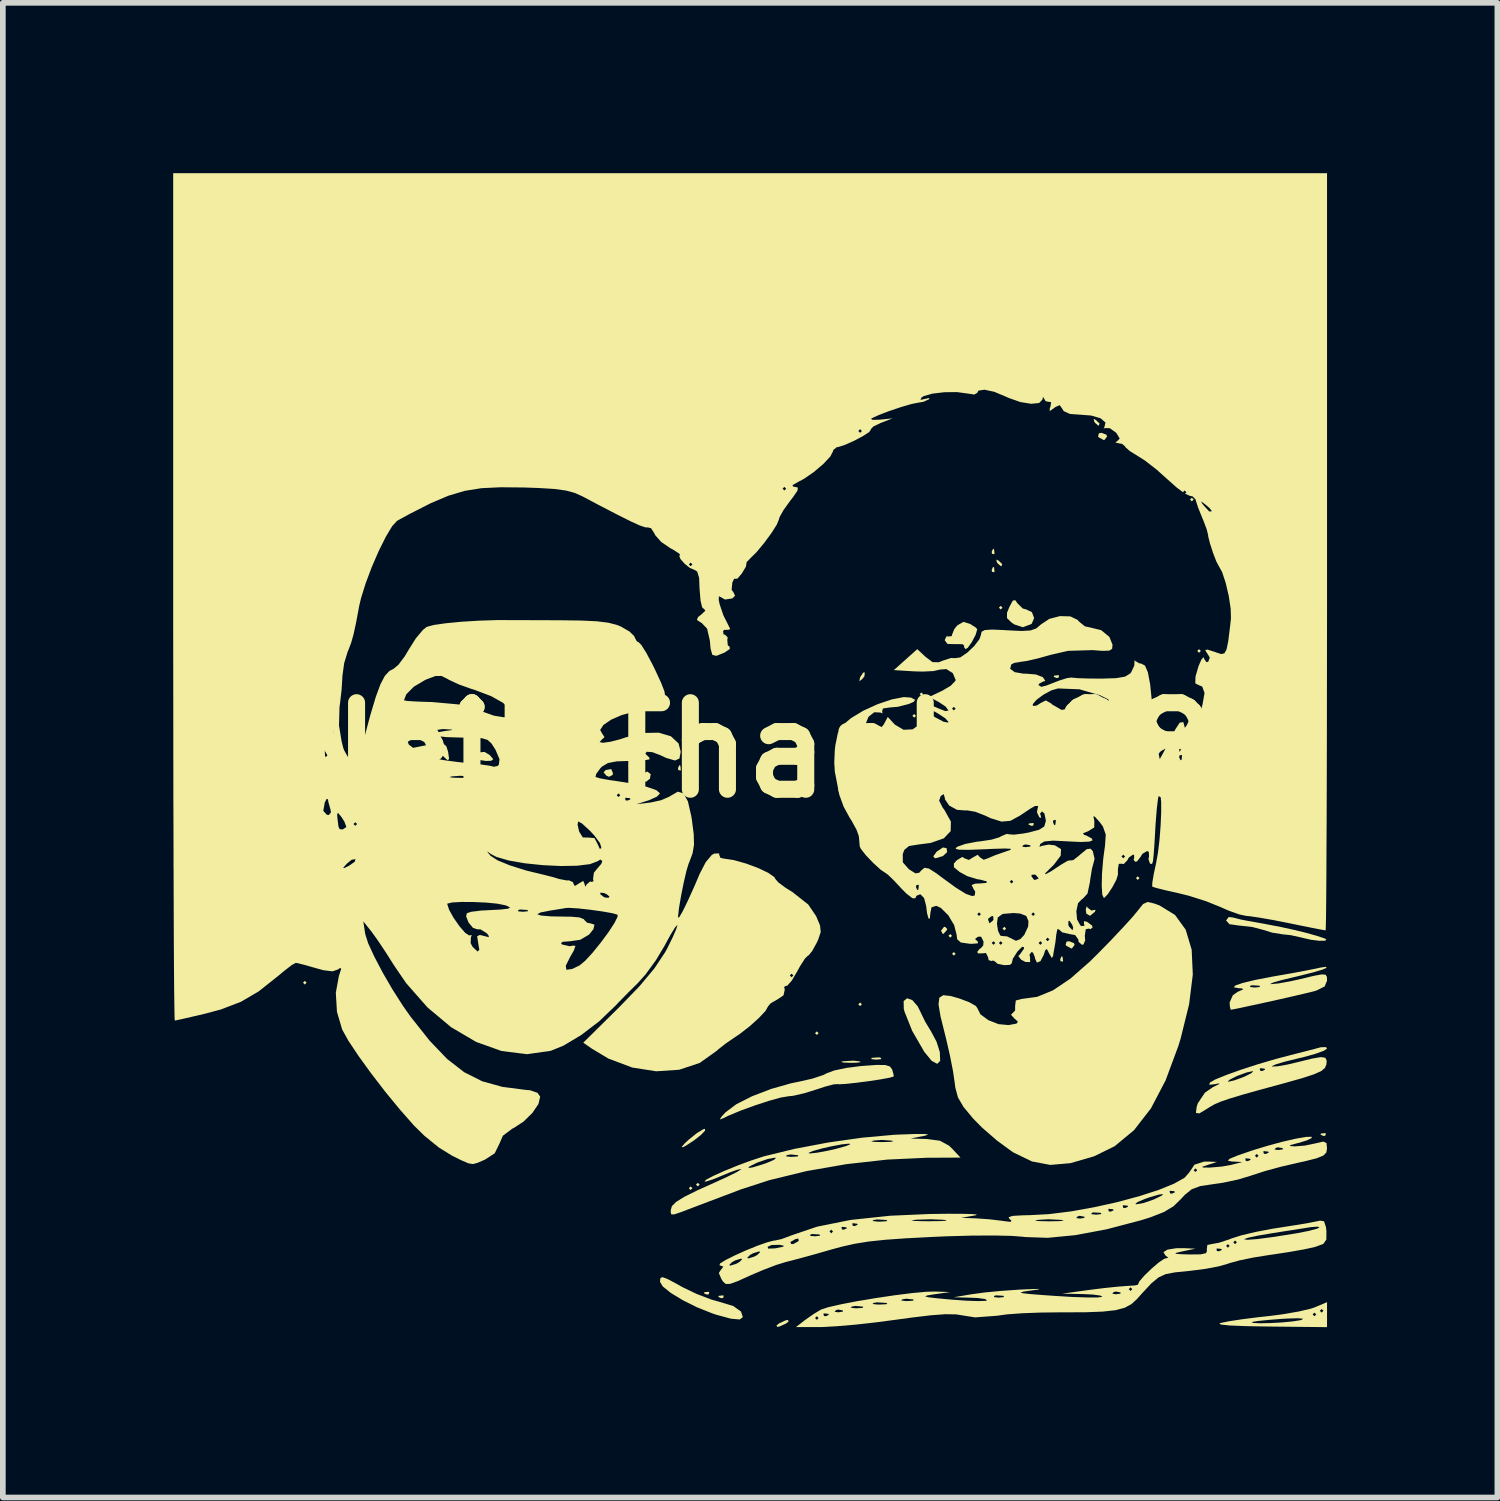
<source format=kicad_pcb>
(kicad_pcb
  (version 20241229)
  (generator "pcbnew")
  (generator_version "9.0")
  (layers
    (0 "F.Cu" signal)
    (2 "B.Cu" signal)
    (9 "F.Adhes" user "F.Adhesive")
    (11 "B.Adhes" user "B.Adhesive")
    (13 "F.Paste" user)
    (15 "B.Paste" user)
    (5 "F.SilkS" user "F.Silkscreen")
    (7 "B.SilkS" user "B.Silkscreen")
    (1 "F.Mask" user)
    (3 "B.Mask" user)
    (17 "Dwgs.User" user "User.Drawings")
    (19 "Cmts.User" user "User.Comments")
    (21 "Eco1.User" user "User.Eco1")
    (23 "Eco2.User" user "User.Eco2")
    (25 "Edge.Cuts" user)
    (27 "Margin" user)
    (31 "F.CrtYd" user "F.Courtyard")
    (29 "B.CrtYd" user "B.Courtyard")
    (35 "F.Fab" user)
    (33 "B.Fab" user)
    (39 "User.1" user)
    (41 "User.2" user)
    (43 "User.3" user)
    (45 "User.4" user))
  (footprint "Neil_Thanh_08"
    (layer "F.Cu")
    (at 10.16 10.16)
    (property "Reference" "Neil_Thanh_08" (at 0 0 0) (layer "F.SilkS") (effects (font (size 1.524 1.524) (thickness 0.3))))
    (attr board_only exclude_from_pos_files exclude_from_bom)
    (fp_poly (pts (xy -7.811 4.096) (xy -7.842 4.128) (xy -7.874 4.096) (xy -7.842 4.064)) (stroke (width 0) (type solid)) (fill yes) (layer "F.SilkS"))
    (fp_poly (pts (xy -5.652 -0.222) (xy -5.683 -0.191) (xy -5.715 -0.222) (xy -5.683 -0.254)) (stroke (width 0) (type solid)) (fill yes) (layer "F.SilkS"))
    (fp_poly (pts (xy -1.016 7.715) (xy -1.048 7.747) (xy -1.079 7.715) (xy -1.048 7.684)) (stroke (width 0) (type solid)) (fill yes) (layer "F.SilkS"))
    (fp_poly (pts (xy -0.889 7.652) (xy -0.921 7.684) (xy -0.953 7.652) (xy -0.921 7.62)) (stroke (width 0) (type solid)) (fill yes) (layer "F.SilkS"))
    (fp_poly (pts (xy 1.206 4.985) (xy 1.175 5.016) (xy 1.143 4.985) (xy 1.175 4.953)) (stroke (width 0) (type solid)) (fill yes) (layer "F.SilkS"))
    (fp_poly (pts (xy 1.968 4.477) (xy 1.937 4.508) (xy 1.905 4.477) (xy 1.937 4.445)) (stroke (width 0) (type solid)) (fill yes) (layer "F.SilkS"))
    (fp_poly (pts (xy 2.921 -0.603) (xy 2.889 -0.572) (xy 2.857 -0.603) (xy 2.889 -0.635)) (stroke (width 0) (type solid)) (fill yes) (layer "F.SilkS"))
    (fp_poly (pts (xy 3.048 -0.984) (xy 3.016 -0.953) (xy 2.985 -0.984) (xy 3.016 -1.016)) (stroke (width 0) (type solid)) (fill yes) (layer "F.SilkS"))
    (fp_poly (pts (xy 3.556 3.27) (xy 3.524 3.302) (xy 3.493 3.27) (xy 3.524 3.239)) (stroke (width 0) (type solid)) (fill yes) (layer "F.SilkS"))
    (fp_poly (pts (xy 3.619 3.588) (xy 3.588 3.619) (xy 3.556 3.588) (xy 3.588 3.556)) (stroke (width 0) (type solid)) (fill yes) (layer "F.SilkS"))
    (fp_poly (pts (xy 4.445 -2.508) (xy 4.413 -2.477) (xy 4.381 -2.508) (xy 4.413 -2.54)) (stroke (width 0) (type solid)) (fill yes) (layer "F.SilkS"))
    (fp_poly (pts (xy 4.508 3.143) (xy 4.477 3.175) (xy 4.445 3.143) (xy 4.477 3.111)) (stroke (width 0) (type solid)) (fill yes) (layer "F.SilkS"))
    (fp_poly (pts (xy 6.858 2.254) (xy 6.826 2.286) (xy 6.795 2.254) (xy 6.826 2.223)) (stroke (width 0) (type solid)) (fill yes) (layer "F.SilkS"))
    (fp_poly (pts (xy 7.811 -4.413) (xy 7.779 -4.381) (xy 7.747 -4.413) (xy 7.779 -4.445)) (stroke (width 0) (type solid)) (fill yes) (layer "F.SilkS"))
    (fp_poly (pts (xy 7.938 -1.746) (xy 7.906 -1.714) (xy 7.874 -1.746) (xy 7.906 -1.778)) (stroke (width 0) (type solid)) (fill yes) (layer "F.SilkS"))
    (fp_poly (pts (xy -1.228 0.275) (xy -1.22 0.351) (xy -1.228 0.36) (xy -1.265 0.351) (xy -1.27 0.318) (xy -1.247 0.265)) (stroke (width 0) (type solid)) (fill yes) (layer "F.SilkS"))
    (fp_poly (pts (xy -0.72 9.546) (xy -0.728 9.584) (xy -0.762 9.588) (xy -0.814 9.565) (xy -0.804 9.546) (xy -0.729 9.539)) (stroke (width 0) (type solid)) (fill yes) (layer "F.SilkS"))
    (fp_poly (pts (xy -0.466 9.61) (xy -0.474 9.647) (xy -0.508 9.652) (xy -0.56 9.629) (xy -0.55 9.61) (xy -0.475 9.602)) (stroke (width 0) (type solid)) (fill yes) (layer "F.SilkS"))
    (fp_poly (pts (xy 2.302 5.419) (xy 2.31 5.442) (xy 2.223 5.451) (xy 2.132 5.441) (xy 2.143 5.419) (xy 2.273 5.411)) (stroke (width 0) (type solid)) (fill yes) (layer "F.SilkS"))
    (fp_poly (pts (xy 4.297 -3.535) (xy 4.304 -3.459) (xy 4.297 -3.45) (xy 4.259 -3.459) (xy 4.255 -3.493) (xy 4.278 -3.545)) (stroke (width 0) (type solid)) (fill yes) (layer "F.SilkS"))
    (fp_poly (pts (xy 4.297 -3.217) (xy 4.304 -3.142) (xy 4.297 -3.133) (xy 4.259 -3.141) (xy 4.255 -3.175) (xy 4.278 -3.227)) (stroke (width 0) (type solid)) (fill yes) (layer "F.SilkS"))
    (fp_poly (pts (xy 4.995 1.291) (xy 4.987 1.329) (xy 4.953 1.333) (xy 4.901 1.31) (xy 4.911 1.291) (xy 4.986 1.284)) (stroke (width 0) (type solid)) (fill yes) (layer "F.SilkS"))
    (fp_poly (pts (xy 5.44 -1.312) (xy 5.431 -1.275) (xy 5.397 -1.27) (xy 5.345 -1.293) (xy 5.355 -1.312) (xy 5.431 -1.32)) (stroke (width 0) (type solid)) (fill yes) (layer "F.SilkS"))
    (fp_poly (pts (xy 5.503 3.641) (xy 5.511 3.716) (xy 5.503 3.725) (xy 5.466 3.717) (xy 5.461 3.683) (xy 5.484 3.631)) (stroke (width 0) (type solid)) (fill yes) (layer "F.SilkS"))
    (fp_poly (pts (xy 10.139 6.752) (xy 10.13 6.79) (xy 10.097 6.795) (xy 10.044 6.771) (xy 10.054 6.752) (xy 10.13 6.745)) (stroke (width 0) (type solid)) (fill yes) (layer "F.SilkS"))
    (fp_poly (pts (xy -2.415 0.408) (xy -2.422 0.438) (xy -2.485 0.47) (xy -2.531 0.45) (xy -2.581 0.391) (xy -2.543 0.351) (xy -2.446 0.334)) (stroke (width 0) (type solid)) (fill yes) (layer "F.SilkS"))
    (fp_poly (pts (xy -2.105 0.28) (xy -2.038 0.339) (xy -2.032 0.353) (xy -2.062 0.379) (xy -2.125 0.321) (xy -2.133 0.308) (xy -2.141 0.264)) (stroke (width 0) (type solid)) (fill yes) (layer "F.SilkS"))
    (fp_poly (pts (xy -1.751 0.422) (xy -1.764 0.503) (xy -1.832 0.558) (xy -1.895 0.539) (xy -1.895 0.48) (xy -1.845 0.391) (xy -1.81 0.378)) (stroke (width 0) (type solid)) (fill yes) (layer "F.SilkS"))
    (fp_poly (pts (xy 2.013 -1.3) (xy 1.976 -1.253) (xy 1.923 -1.213) (xy 1.936 -1.277) (xy 1.941 -1.289) (xy 1.991 -1.366) (xy 2.02 -1.367)) (stroke (width 0) (type solid)) (fill yes) (layer "F.SilkS"))
    (fp_poly (pts (xy 4.372 -3.34) (xy 4.44 -3.276) (xy 4.426 -3.239) (xy 4.417 -3.239) (xy 4.363 -3.284) (xy 4.344 -3.312) (xy 4.336 -3.355)) (stroke (width 0) (type solid)) (fill yes) (layer "F.SilkS"))
    (fp_poly (pts (xy 6.086 -5.816) (xy 6.154 -5.752) (xy 6.14 -5.716) (xy 6.131 -5.715) (xy 6.078 -5.76) (xy 6.058 -5.788) (xy 6.051 -5.832)) (stroke (width 0) (type solid)) (fill yes) (layer "F.SilkS"))
    (fp_poly (pts (xy -5.349 -0.066) (xy -5.318 0.032) (xy -5.301 0.16) (xy -5.332 0.175) (xy -5.425 0.09) (xy -5.491 -0.012) (xy -5.49 -0.069) (xy -5.415 -0.126)) (stroke (width 0) (type solid)) (fill yes) (layer "F.SilkS"))
    (fp_poly (pts (xy -4.584 0.088) (xy -4.523 0.161) (xy -4.561 0.188) (xy -4.654 0.191) (xy -4.779 0.172) (xy -4.826 0.131) (xy -4.781 0.042) (xy -4.678 0.031)) (stroke (width 0) (type solid)) (fill yes) (layer "F.SilkS"))
    (fp_poly (pts (xy 0.678 10.061) (xy 0.635 10.097) (xy 0.519 10.15) (xy 0.476 10.158) (xy 0.465 10.132) (xy 0.508 10.097) (xy 0.624 10.043) (xy 0.667 10.035)) (stroke (width 0) (type solid)) (fill yes) (layer "F.SilkS"))
    (fp_poly (pts (xy 1.921 5.48) (xy 1.951 5.495) (xy 1.871 5.505) (xy 1.778 5.507) (xy 1.641 5.502) (xy 1.603 5.49) (xy 1.635 5.48) (xy 1.82 5.469)) (stroke (width 0) (type solid)) (fill yes) (layer "F.SilkS"))
    (fp_poly (pts (xy 3.46 1.727) (xy 3.47 1.796) (xy 3.395 1.866) (xy 3.272 1.903) (xy 3.254 1.904) (xy 3.225 1.871) (xy 3.286 1.788) (xy 3.396 1.714)) (stroke (width 0) (type solid)) (fill yes) (layer "F.SilkS"))
    (fp_poly (pts (xy 3.471 3.15) (xy 3.461 3.175) (xy 3.404 3.236) (xy 3.394 3.239) (xy 3.366 3.189) (xy 3.365 3.175) (xy 3.414 3.114) (xy 3.433 3.111)) (stroke (width 0) (type solid)) (fill yes) (layer "F.SilkS"))
    (fp_poly (pts (xy 5.703 3.399) (xy 5.715 3.429) (xy 5.669 3.491) (xy 5.655 3.493) (xy 5.569 3.446) (xy 5.556 3.429) (xy 5.571 3.375) (xy 5.616 3.365)) (stroke (width 0) (type solid)) (fill yes) (layer "F.SilkS"))
    (fp_poly (pts (xy 6.274 -5.555) (xy 6.287 -5.524) (xy 6.241 -5.463) (xy 6.227 -5.461) (xy 6.141 -5.507) (xy 6.128 -5.524) (xy 6.142 -5.579) (xy 6.188 -5.588)) (stroke (width 0) (type solid)) (fill yes) (layer "F.SilkS"))
    (fp_poly (pts (xy 5.948 2.779) (xy 6.015 2.827) (xy 6.048 2.816) (xy 6.085 2.814) (xy 6.07 2.848) (xy 5.987 2.918) (xy 5.922 2.881) (xy 5.911 2.81) (xy 5.927 2.749)) (stroke (width 0) (type solid)) (fill yes) (layer "F.SilkS"))
    (fp_poly (pts (xy -0.793 6.701) (xy -0.866 6.777) (xy -0.988 6.873) (xy -1.127 6.964) (xy -1.175 6.99) (xy -1.208 6.992) (xy -1.154 6.928) (xy -1.082 6.861) (xy -0.937 6.745) (xy -0.825 6.677) (xy -0.796 6.669)) (stroke (width 0) (type solid)) (fill yes) (layer "F.SilkS"))
    (fp_poly (pts (xy 4.707 -2.586) (xy 4.801 -2.494) (xy 4.863 -2.477) (xy 4.963 -2.429) (xy 5.002 -2.325) (xy 4.96 -2.227) (xy 4.946 -2.217) (xy 4.801 -2.164) (xy 4.654 -2.213) (xy 4.603 -2.247) (xy 4.524 -2.325) (xy 4.524 -2.418) (xy 4.564 -2.516) (xy 4.625 -2.632) (xy 4.669 -2.641)) (stroke (width 0) (type solid)) (fill yes) (layer "F.SilkS"))
    (fp_poly (pts (xy 2.856 4.402) (xy 2.952 4.513) (xy 2.989 4.588) (xy 3.084 4.784) (xy 3.186 4.953) (xy 3.283 5.135) (xy 3.341 5.318) (xy 3.347 5.473) (xy 3.295 5.525) (xy 3.198 5.473) (xy 3.071 5.318) (xy 3.07 5.318) (xy 2.855 4.946) (xy 2.721 4.611) (xy 2.706 4.556) (xy 2.704 4.42) (xy 2.764 4.37)) (stroke (width 0) (type solid)) (fill yes) (layer "F.SilkS"))
    (fp_poly (pts (xy -1.461 9.311) (xy -1.3 9.396) (xy -1.19 9.458) (xy -0.941 9.578) (xy -0.674 9.679) (xy -0.541 9.716) (xy -0.295 9.791) (xy -0.161 9.887) (xy -0.128 9.985) (xy -0.182 10.027) (xy -0.339 10.013) (xy -0.59 9.945) (xy -0.668 9.919) (xy -0.934 9.813) (xy -1.185 9.688) (xy -1.396 9.56) (xy -1.538 9.445) (xy -1.587 9.364) (xy -1.581 9.3) (xy -1.547 9.281)) (stroke (width 0) (type solid)) (fill yes) (layer "F.SilkS"))
    (fp_poly (pts (xy 3.872 -2.223) (xy 3.972 -2.16) (xy 4 -2.128) (xy 3.971 -2.029) (xy 3.905 -1.903) (xy 3.833 -1.803) (xy 3.796 -1.778) (xy 3.765 -1.816) (xy 3.773 -1.833) (xy 3.744 -1.865) (xy 3.627 -1.867) (xy 3.618 -1.866) (xy 3.476 -1.87) (xy 3.429 -1.932) (xy 3.429 -1.942) (xy 3.46 -2.006) (xy 3.493 -2) (xy 3.551 -2.008) (xy 3.556 -2.033) (xy 3.597 -2.133) (xy 3.65 -2.198) (xy 3.757 -2.258)) (stroke (width 0) (type solid)) (fill yes) (layer "F.SilkS"))
    (fp_poly (pts (xy 8.493 2.946) (xy 8.645 2.984) (xy 8.763 3.007) (xy 9.096 3.067) (xy 9.346 3.115) (xy 9.558 3.161) (xy 9.773 3.213) (xy 9.773 3.213) (xy 9.967 3.267) (xy 10.106 3.312) (xy 10.148 3.333) (xy 10.129 3.356) (xy 10.025 3.358) (xy 9.878 3.34) (xy 9.729 3.306) (xy 9.716 3.302) (xy 9.521 3.259) (xy 9.386 3.245) (xy 9.196 3.215) (xy 9.037 3.166) (xy 8.847 3.116) (xy 8.631 3.091) (xy 8.62 3.091) (xy 8.442 3.066) (xy 8.382 3) (xy 8.382 3) (xy 8.428 2.94)) (stroke (width 0) (type solid)) (fill yes) (layer "F.SilkS"))
    (fp_poly (pts (xy 2.38 5.546) (xy 2.462 5.571) (xy 2.501 5.623) (xy 2.502 5.627) (xy 2.529 5.725) (xy 2.526 5.749) (xy 2.453 5.77) (xy 2.295 5.799) (xy 2.089 5.83) (xy 1.874 5.858) (xy 1.687 5.878) (xy 1.567 5.885) (xy 1.543 5.882) (xy 1.473 5.886) (xy 1.321 5.926) (xy 1.172 5.975) (xy 0.953 6.043) (xy 0.761 6.087) (xy 0.676 6.096) (xy 0.542 6.118) (xy 0.33 6.177) (xy 0.079 6.259) (xy -0.173 6.351) (xy -0.386 6.44) (xy -0.476 6.484) (xy -0.535 6.506) (xy -0.502 6.453) (xy -0.431 6.377) (xy -0.243 6.236) (xy 0.036 6.095) (xy 0.37 5.967) (xy 0.723 5.867) (xy 0.878 5.835) (xy 1.098 5.785) (xy 1.285 5.723) (xy 1.354 5.689) (xy 1.484 5.641) (xy 1.696 5.597) (xy 1.949 5.564) (xy 1.977 5.562) (xy 2.227 5.544)) (stroke (width 0) (type solid)) (fill yes) (layer "F.SilkS"))
    (fp_poly (pts (xy 10.16 10.162) (xy 9.128 10.151) (xy 8.729 10.144) (xy 8.451 10.133) (xy 8.294 10.117) (xy 8.262 10.097) (xy 8.287 10.088) (xy 8.357 10.074) (xy 8.832 10.074) (xy 8.864 10.089) (xy 8.988 10.094) (xy 9.167 10.09) (xy 9.368 10.079) (xy 9.554 10.061) (xy 9.69 10.04) (xy 9.716 10.033) (xy 9.736 10.013) (xy 9.645 10.005) (xy 9.457 10.011) (xy 9.366 10.016) (xy 9.126 10.035) (xy 8.94 10.054) (xy 8.84 10.07) (xy 8.832 10.074) (xy 8.357 10.074) (xy 8.433 10.058) (xy 8.666 10.023) (xy 8.948 9.987) (xy 9.097 9.971) (xy 9.359 9.938) (xy 9.906 9.938) (xy 9.938 9.97) (xy 9.97 9.938) (xy 9.938 9.906) (xy 9.906 9.938) (xy 9.359 9.938) (xy 9.392 9.933) (xy 9.665 9.886) (xy 9.715 9.874) (xy 10.033 9.874) (xy 10.065 9.906) (xy 10.097 9.874) (xy 10.065 9.842) (xy 10.033 9.874) (xy 9.715 9.874) (xy 9.873 9.837) (xy 9.938 9.815) (xy 10.16 9.722)) (stroke (width 0) (type solid)) (fill yes) (layer "F.SilkS"))
    (fp_poly (pts (xy 10.153 3.834) (xy 10.078 3.866) (xy 9.909 3.916) (xy 9.678 3.974) (xy 9.582 3.997) (xy 9.361 4.05) (xy 9.214 4.092) (xy 9.161 4.117) (xy 9.176 4.121) (xy 9.304 4.109) (xy 9.506 4.073) (xy 9.684 4.034) (xy 9.923 3.976) (xy 10.065 3.95) (xy 10.135 3.955) (xy 10.158 3.994) (xy 10.16 4.062) (xy 10.118 4.162) (xy 9.976 4.233) (xy 9.922 4.249) (xy 9.786 4.282) (xy 9.577 4.331) (xy 9.323 4.389) (xy 9.057 4.448) (xy 8.808 4.502) (xy 8.608 4.545) (xy 8.486 4.569) (xy 8.464 4.572) (xy 8.449 4.518) (xy 8.445 4.443) (xy 8.501 4.317) (xy 8.588 4.256) (xy 8.684 4.214) (xy 8.664 4.197) (xy 8.604 4.193) (xy 8.518 4.177) (xy 8.522 4.172) (xy 8.803 4.172) (xy 8.89 4.181) (xy 8.98 4.171) (xy 8.969 4.149) (xy 8.839 4.141) (xy 8.811 4.149) (xy 8.803 4.172) (xy 8.522 4.172) (xy 8.546 4.145) (xy 8.677 4.1) (xy 8.901 4.046) (xy 9.204 3.988) (xy 9.271 3.976) (xy 9.552 3.927) (xy 9.801 3.88) (xy 9.981 3.844) (xy 10.033 3.832) (xy 10.136 3.816)) (stroke (width 0) (type solid)) (fill yes) (layer "F.SilkS"))
    (fp_poly (pts (xy 7.119 2.702) (xy 7.211 2.736) (xy 7.483 2.903) (xy 7.671 3.163) (xy 7.776 3.514) (xy 7.796 3.952) (xy 7.731 4.476) (xy 7.581 5.083) (xy 7.543 5.207) (xy 7.317 5.816) (xy 7.059 6.309) (xy 6.761 6.693) (xy 6.419 6.976) (xy 6.058 7.153) (xy 5.642 7.274) (xy 5.287 7.305) (xy 4.964 7.244) (xy 4.643 7.089) (xy 4.598 7.06) (xy 4.345 6.874) (xy 4.084 6.647) (xy 3.927 6.488) (xy 3.758 6.284) (xy 3.661 6.118) (xy 3.614 5.945) (xy 3.603 5.858) (xy 3.573 5.653) (xy 3.519 5.378) (xy 3.451 5.082) (xy 3.431 5.002) (xy 3.353 4.688) (xy 3.318 4.479) (xy 3.332 4.361) (xy 3.401 4.316) (xy 3.53 4.33) (xy 3.678 4.372) (xy 3.858 4.439) (xy 3.975 4.506) (xy 4 4.541) (xy 4.056 4.653) (xy 4.196 4.756) (xy 4.375 4.826) (xy 4.551 4.842) (xy 4.559 4.841) (xy 4.692 4.816) (xy 4.716 4.782) (xy 4.653 4.725) (xy 4.594 4.66) (xy 4.616 4.638) (xy 4.667 4.585) (xy 4.667 4.508) (xy 4.679 4.409) (xy 4.782 4.382) (xy 5.055 4.345) (xy 5.336 4.229) (xy 5.642 4.023) (xy 5.988 3.719) (xy 6.127 3.581) (xy 6.358 3.345) (xy 6.567 3.123) (xy 6.732 2.942) (xy 6.829 2.825) (xy 6.831 2.822) (xy 6.92 2.711) (xy 6.999 2.674)) (stroke (width 0) (type solid)) (fill yes) (layer "F.SilkS"))
    (fp_poly (pts (xy 10.16 5.256) (xy 10.103 5.295) (xy 9.95 5.35) (xy 9.73 5.411) (xy 9.642 5.431) (xy 9.416 5.487) (xy 9.257 5.534) (xy 9.188 5.566) (xy 9.192 5.572) (xy 9.285 5.569) (xy 9.46 5.538) (xy 9.639 5.496) (xy 9.895 5.433) (xy 10.052 5.406) (xy 10.131 5.418) (xy 10.154 5.47) (xy 10.149 5.534) (xy 10.124 5.596) (xy 10.058 5.652) (xy 9.931 5.709) (xy 9.723 5.777) (xy 9.413 5.864) (xy 9.366 5.877) (xy 8.961 5.987) (xy 8.659 6.072) (xy 8.441 6.138) (xy 8.287 6.191) (xy 8.177 6.238) (xy 8.094 6.286) (xy 8.052 6.313) (xy 7.911 6.398) (xy 7.851 6.389) (xy 7.864 6.282) (xy 7.884 6.22) (xy 8.01 6.032) (xy 8.151 5.935) (xy 8.262 5.88) (xy 8.259 5.868) (xy 8.191 5.882) (xy 8.087 5.894) (xy 8.096 5.855) (xy 8.128 5.837) (xy 8.412 5.837) (xy 8.422 5.84) (xy 8.525 5.817) (xy 8.682 5.76) (xy 8.708 5.749) (xy 8.827 5.69) (xy 8.86 5.656) (xy 8.85 5.654) (xy 8.747 5.676) (xy 8.59 5.733) (xy 8.564 5.744) (xy 8.445 5.804) (xy 8.412 5.837) (xy 8.128 5.837) (xy 8.192 5.8) (xy 8.384 5.722) (xy 8.643 5.629) (xy 8.705 5.609) (xy 8.975 5.609) (xy 8.983 5.647) (xy 9.017 5.652) (xy 9.069 5.628) (xy 9.059 5.609) (xy 8.984 5.602) (xy 8.975 5.609) (xy 8.705 5.609) (xy 8.943 5.532) (xy 9.256 5.44) (xy 9.525 5.369) (xy 9.754 5.311) (xy 9.946 5.261) (xy 10.049 5.233) (xy 10.141 5.23)) (stroke (width 0) (type solid)) (fill yes) (layer "F.SilkS"))
    (fp_poly (pts (xy 3.082 6.761) (xy 3.137 6.771) (xy 3.08 6.79) (xy 2.826 6.84) (xy 3.116 6.849) (xy 3.343 6.879) (xy 3.502 6.965) (xy 3.556 7.017) (xy 3.705 7.176) (xy 3.107 7.179) (xy 2.417 7.211) (xy 1.699 7.291) (xy 0.992 7.414) (xy 0.337 7.574) (xy -0.159 7.735) (xy -0.449 7.845) (xy -0.746 7.957) (xy -0.991 8.05) (xy -1.015 8.059) (xy -1.222 8.138) (xy -1.337 8.176) (xy -1.387 8.177) (xy -1.398 8.143) (xy -1.397 8.098) (xy -1.376 8.028) (xy -1.301 7.955) (xy -1.157 7.866) (xy -0.926 7.751) (xy -0.623 7.615) (xy -0.404 7.515) (xy -0.242 7.435) (xy -0.161 7.386) (xy -0.157 7.378) (xy -0.223 7.389) (xy -0.366 7.44) (xy -0.481 7.488) (xy -0.655 7.559) (xy -0.774 7.597) (xy -0.805 7.598) (xy -0.768 7.561) (xy -0.639 7.494) (xy -0.447 7.408) (xy -0.326 7.359) (xy -0.032 7.359) (xy 0.043 7.349) (xy 0.203 7.301) (xy 0.286 7.273) (xy 0.416 7.218) (xy 0.456 7.184) (xy 0.436 7.178) (xy 0.31 7.201) (xy 0.139 7.259) (xy 0.118 7.268) (xy -0.012 7.332) (xy -0.032 7.359) (xy -0.326 7.359) (xy -0.219 7.315) (xy 0.016 7.228) (xy 0.23 7.158) (xy 0.253 7.152) (xy 0.626 7.152) (xy 0.711 7.163) (xy 0.73 7.163) (xy 0.839 7.156) (xy 0.848 7.136) (xy 0.843 7.134) (xy 0.717 7.121) (xy 0.652 7.131) (xy 0.626 7.152) (xy 0.253 7.152) (xy 0.254 7.151) (xy 0.493 7.093) (xy 1.029 7.093) (xy 1.048 7.104) (xy 1.179 7.09) (xy 1.379 7.053) (xy 1.524 7.019) (xy 1.688 6.973) (xy 1.765 6.941) (xy 1.746 6.93) (xy 1.615 6.943) (xy 1.415 6.981) (xy 1.27 7.014) (xy 1.106 7.06) (xy 1.029 7.093) (xy 0.493 7.093) (xy 0.778 7.023) (xy 1.371 6.911) (xy 1.516 6.89) (xy 2.132 6.89) (xy 2.2 6.9) (xy 2.318 6.903) (xy 2.468 6.899) (xy 2.523 6.888) (xy 2.493 6.877) (xy 2.319 6.865) (xy 2.176 6.876) (xy 2.132 6.89) (xy 1.516 6.89) (xy 1.977 6.825) (xy 2.539 6.774) (xy 2.635 6.77) (xy 2.912 6.76)) (stroke (width 0) (type solid)) (fill yes) (layer "F.SilkS"))
    (fp_poly (pts (xy 10.107 8.297) (xy 10.142 8.404) (xy 10.149 8.474) (xy 10.148 8.619) (xy 10.095 8.696) (xy 9.957 8.747) (xy 9.924 8.756) (xy 9.746 8.794) (xy 9.491 8.839) (xy 9.208 8.882) (xy 9.144 8.891) (xy 8.869 8.935) (xy 8.62 8.986) (xy 8.441 9.035) (xy 8.411 9.046) (xy 8.253 9.091) (xy 8.017 9.136) (xy 7.75 9.17) (xy 7.719 9.173) (xy 7.483 9.197) (xy 7.319 9.228) (xy 7.193 9.286) (xy 7.068 9.389) (xy 6.911 9.557) (xy 6.811 9.669) (xy 6.716 9.756) (xy 6.598 9.82) (xy 6.437 9.863) (xy 6.212 9.888) (xy 5.903 9.9) (xy 5.489 9.901) (xy 5.461 9.901) (xy 5.121 9.905) (xy 4.795 9.917) (xy 4.522 9.937) (xy 4.35 9.961) (xy 3.962 9.99) (xy 3.772 9.96) (xy 3.627 9.937) (xy 3.438 9.934) (xy 3.183 9.953) (xy 2.839 9.994) (xy 2.592 10.028) (xy 2.221 10.077) (xy 1.853 10.118) (xy 1.526 10.146) (xy 1.279 10.16) (xy 1.24 10.16) (xy 0.808 10.16) (xy 0.96 10.042) (xy 1.018 10.001) (xy 1.143 10.001) (xy 1.175 10.033) (xy 1.206 10.001) (xy 1.175 9.97) (xy 1.143 10.001) (xy 1.018 10.001) (xy 1.121 9.929) (xy 1.124 9.927) (xy 1.291 9.927) (xy 1.3 9.965) (xy 1.333 9.97) (xy 1.386 9.946) (xy 1.376 9.927) (xy 1.3 9.92) (xy 1.291 9.927) (xy 1.124 9.927) (xy 1.185 9.891) (xy 1.488 9.891) (xy 1.55 9.901) (xy 1.633 9.889) (xy 1.634 9.868) (xy 1.549 9.852) (xy 1.512 9.863) (xy 1.488 9.891) (xy 1.185 9.891) (xy 1.248 9.853) (xy 1.351 9.819) (xy 1.769 9.819) (xy 1.854 9.83) (xy 1.873 9.83) (xy 1.982 9.823) (xy 1.991 9.803) (xy 1.986 9.801) (xy 1.86 9.788) (xy 1.795 9.798) (xy 1.769 9.819) (xy 1.351 9.819) (xy 1.375 9.811) (xy 1.599 9.76) (xy 1.629 9.754) (xy 2.155 9.754) (xy 2.243 9.764) (xy 2.286 9.764) (xy 2.402 9.758) (xy 2.415 9.741) (xy 2.397 9.735) (xy 2.236 9.725) (xy 2.175 9.735) (xy 2.155 9.754) (xy 1.629 9.754) (xy 1.888 9.704) (xy 1.963 9.692) (xy 2.658 9.692) (xy 2.743 9.703) (xy 2.762 9.703) (xy 2.871 9.696) (xy 2.88 9.676) (xy 2.875 9.674) (xy 2.749 9.661) (xy 2.684 9.671) (xy 2.658 9.692) (xy 1.963 9.692) (xy 2.213 9.65) (xy 2.544 9.601) (xy 2.851 9.562) (xy 3.103 9.539) (xy 3.253 9.535) (xy 3.524 9.544) (xy 3.239 9.584) (xy 3.118 9.604) (xy 3.082 9.62) (xy 3.141 9.636) (xy 3.305 9.655) (xy 3.544 9.677) (xy 3.805 9.696) (xy 4.016 9.703) (xy 4.147 9.699) (xy 4.173 9.691) (xy 4.14 9.667) (xy 4.011 9.649) (xy 3.9 9.644) (xy 3.588 9.635) (xy 3.599 9.633) (xy 4.294 9.633) (xy 4.381 9.642) (xy 4.472 9.632) (xy 4.461 9.61) (xy 4.331 9.602) (xy 4.302 9.61) (xy 4.294 9.633) (xy 3.599 9.633) (xy 3.905 9.582) (xy 4.125 9.552) (xy 4.415 9.524) (xy 4.717 9.503) (xy 4.763 9.5) (xy 4.991 9.49) (xy 5.094 9.489) (xy 5.075 9.499) (xy 4.953 9.516) (xy 4.819 9.535) (xy 4.764 9.55) (xy 4.797 9.564) (xy 4.928 9.579) (xy 5.17 9.598) (xy 5.385 9.613) (xy 5.687 9.631) (xy 5.942 9.639) (xy 6.122 9.639) (xy 6.204 9.628) (xy 6.205 9.627) (xy 6.169 9.606) (xy 6.037 9.588) (xy 5.868 9.58) (xy 5.552 9.573) (xy 6.378 9.573) (xy 6.44 9.583) (xy 6.522 9.572) (xy 6.523 9.55) (xy 6.438 9.535) (xy 6.402 9.545) (xy 6.378 9.573) (xy 5.552 9.573) (xy 5.493 9.572) (xy 5.969 9.507) (xy 6.081 9.493) (xy 6.668 9.493) (xy 6.699 9.525) (xy 6.731 9.493) (xy 6.699 9.461) (xy 6.668 9.493) (xy 6.081 9.493) (xy 6.233 9.474) (xy 6.473 9.449) (xy 6.641 9.436) (xy 6.646 9.436) (xy 6.779 9.427) (xy 6.831 9.414) (xy 6.83 9.413) (xy 6.854 9.357) (xy 6.944 9.253) (xy 7.069 9.132) (xy 7.195 9.024) (xy 7.292 8.959) (xy 7.314 8.953) (xy 7.365 8.94) (xy 7.313 8.898) (xy 7.279 8.841) (xy 7.35 8.797) (xy 7.504 8.772) (xy 7.641 8.771) (xy 7.842 8.78) (xy 7.62 8.826) (xy 7.504 8.853) (xy 7.488 8.869) (xy 7.581 8.877) (xy 7.738 8.882) (xy 7.935 8.88) (xy 8.03 8.859) (xy 8.047 8.812) (xy 8.042 8.795) (xy 8.043 8.784) (xy 8.213 8.784) (xy 8.221 8.822) (xy 8.255 8.826) (xy 8.307 8.803) (xy 8.297 8.784) (xy 8.222 8.777) (xy 8.213 8.784) (xy 8.043 8.784) (xy 8.05 8.731) (xy 8.382 8.731) (xy 8.414 8.763) (xy 8.445 8.731) (xy 8.414 8.7) (xy 8.382 8.731) (xy 8.05 8.731) (xy 8.052 8.715) (xy 8.122 8.7) (xy 8.255 8.676) (xy 8.279 8.668) (xy 8.509 8.668) (xy 8.541 8.7) (xy 8.572 8.668) (xy 8.541 8.636) (xy 8.509 8.668) (xy 8.279 8.668) (xy 8.436 8.617) (xy 8.443 8.614) (xy 8.7 8.614) (xy 8.759 8.624) (xy 8.93 8.611) (xy 9.199 8.576) (xy 9.551 8.521) (xy 9.646 8.505) (xy 9.843 8.466) (xy 9.984 8.428) (xy 10.027 8.408) (xy 9.998 8.392) (xy 9.879 8.4) (xy 9.842 8.406) (xy 9.666 8.434) (xy 9.418 8.472) (xy 9.16 8.513) (xy 8.937 8.551) (xy 8.774 8.586) (xy 8.701 8.611) (xy 8.7 8.614) (xy 8.443 8.614) (xy 8.478 8.6) (xy 8.648 8.546) (xy 8.9 8.486) (xy 9.192 8.43) (xy 9.327 8.409) (xy 9.601 8.366) (xy 9.834 8.327) (xy 9.992 8.296) (xy 10.036 8.286)) (stroke (width 0) (type solid)) (fill yes) (layer "F.SilkS"))
    (fp_poly (pts (xy 9.891 6.831) (xy 9.805 6.873) (xy 9.653 6.919) (xy 9.639 6.922) (xy 9.514 6.955) (xy 9.507 6.972) (xy 9.589 6.979) (xy 9.766 6.965) (xy 9.954 6.926) (xy 10.093 6.894) (xy 10.15 6.92) (xy 10.16 7.012) (xy 10.148 7.086) (xy 10.096 7.14) (xy 9.978 7.188) (xy 9.772 7.24) (xy 9.636 7.27) (xy 9.348 7.337) (xy 9.069 7.413) (xy 8.851 7.483) (xy 8.826 7.492) (xy 8.595 7.562) (xy 8.316 7.621) (xy 8.16 7.643) (xy 7.93 7.677) (xy 7.778 7.733) (xy 7.654 7.833) (xy 7.588 7.905) (xy 7.455 8.034) (xy 7.287 8.135) (xy 7.049 8.228) (xy 6.886 8.279) (xy 6.282 8.438) (xy 5.727 8.542) (xy 5.24 8.589) (xy 4.842 8.575) (xy 4.825 8.572) (xy 4.611 8.555) (xy 4.295 8.548) (xy 3.903 8.55) (xy 3.46 8.562) (xy 3.213 8.573) (xy 2.748 8.597) (xy 2.382 8.623) (xy 2.089 8.654) (xy 1.84 8.694) (xy 1.609 8.746) (xy 1.429 8.795) (xy 1.148 8.876) (xy 0.886 8.948) (xy 0.688 9) (xy 0.635 9.013) (xy 0.462 9.066) (xy 0.228 9.155) (xy -0.005 9.255) (xy -0.222 9.353) (xy -0.352 9.4) (xy -0.427 9.402) (xy -0.475 9.362) (xy -0.503 9.319) (xy -0.551 9.209) (xy -0.511 9.146) (xy -0.505 9.142) (xy -0.472 9.096) (xy -0.539 9.071) (xy -0.538 9.067) (xy -0.368 9.067) (xy -0.349 9.079) (xy -0.245 9.047) (xy -0.191 9.017) (xy -0.14 8.967) (xy -0.159 8.955) (xy -0.263 8.987) (xy -0.318 9.017) (xy -0.368 9.067) (xy -0.538 9.067) (xy -0.531 9.042) (xy -0.432 8.98) (xy -0.352 8.94) (xy -0.051 8.94) (xy -0.032 8.952) (xy 0.073 8.92) (xy 0.127 8.89) (xy 0.178 8.84) (xy 0.159 8.828) (xy 0.054 8.86) (xy 0 8.89) (xy -0.051 8.94) (xy -0.352 8.94) (xy -0.272 8.9) (xy -0.078 8.812) (xy 0.083 8.747) (xy 0.308 8.747) (xy 0.318 8.779) (xy 0.433 8.775) (xy 0.458 8.771) (xy 0.584 8.746) (xy 0.592 8.728) (xy 0.517 8.712) (xy 0.377 8.716) (xy 0.308 8.747) (xy 0.083 8.747) (xy 0.121 8.731) (xy 0.297 8.669) (xy 0.319 8.663) (xy 0.708 8.663) (xy 0.723 8.696) (xy 0.758 8.7) (xy 0.844 8.653) (xy 0.857 8.637) (xy 0.847 8.601) (xy 0.797 8.612) (xy 0.708 8.663) (xy 0.319 8.663) (xy 0.42 8.637) (xy 0.439 8.636) (xy 0.55 8.612) (xy 0.708 8.554) (xy 1.056 8.554) (xy 1.143 8.562) (xy 1.233 8.552) (xy 1.222 8.53) (xy 1.092 8.522) (xy 1.064 8.53) (xy 1.056 8.554) (xy 0.708 8.554) (xy 0.709 8.553) (xy 0.721 8.548) (xy 0.93 8.477) (xy 1.397 8.477) (xy 1.429 8.509) (xy 1.46 8.477) (xy 1.429 8.445) (xy 1.397 8.477) (xy 0.93 8.477) (xy 1.149 8.403) (xy 1.609 8.403) (xy 1.617 8.441) (xy 1.651 8.445) (xy 1.703 8.422) (xy 1.693 8.403) (xy 1.618 8.396) (xy 1.609 8.403) (xy 1.149 8.403) (xy 1.186 8.391) (xy 1.441 8.34) (xy 1.799 8.34) (xy 1.808 8.377) (xy 1.841 8.382) (xy 1.894 8.359) (xy 1.884 8.34) (xy 1.808 8.332) (xy 1.799 8.34) (xy 1.441 8.34) (xy 1.674 8.293) (xy 2.155 8.293) (xy 2.243 8.303) (xy 2.286 8.304) (xy 2.402 8.297) (xy 2.413 8.283) (xy 2.839 8.283) (xy 2.887 8.291) (xy 3.038 8.296) (xy 3.143 8.297) (xy 3.344 8.294) (xy 3.452 8.288) (xy 3.453 8.278) (xy 3.415 8.272) (xy 3.189 8.262) (xy 2.943 8.269) (xy 2.907 8.272) (xy 2.839 8.283) (xy 2.413 8.283) (xy 2.415 8.281) (xy 2.397 8.275) (xy 2.236 8.265) (xy 2.175 8.275) (xy 2.155 8.293) (xy 1.674 8.293) (xy 1.768 8.274) (xy 2.464 8.2) (xy 3.143 8.17) (xy 3.476 8.165) (xy 3.738 8.166) (xy 3.916 8.171) (xy 3.995 8.18) (xy 3.969 8.193) (xy 3.715 8.237) (xy 3.977 8.246) (xy 4.208 8.262) (xy 4.43 8.288) (xy 4.453 8.292) (xy 4.584 8.308) (xy 4.604 8.289) (xy 4.6 8.285) (xy 5.016 8.285) (xy 5.081 8.294) (xy 5.244 8.298) (xy 5.271 8.298) (xy 5.445 8.295) (xy 5.523 8.286) (xy 5.489 8.274) (xy 5.477 8.273) (xy 5.254 8.262) (xy 5.064 8.273) (xy 5.016 8.285) (xy 4.6 8.285) (xy 4.572 8.261) (xy 4.56 8.24) (xy 5.743 8.24) (xy 5.805 8.25) (xy 5.887 8.238) (xy 5.888 8.217) (xy 5.803 8.201) (xy 5.767 8.212) (xy 5.743 8.24) (xy 4.56 8.24) (xy 4.552 8.225) (xy 4.628 8.202) (xy 4.811 8.192) (xy 4.921 8.19) (xy 5.236 8.173) (xy 6.009 8.173) (xy 6.096 8.181) (xy 6.186 8.171) (xy 6.175 8.149) (xy 6.045 8.141) (xy 6.017 8.149) (xy 6.009 8.173) (xy 5.236 8.173) (xy 5.267 8.171) (xy 5.654 8.123) (xy 5.862 8.086) (xy 6.308 8.086) (xy 6.316 8.123) (xy 6.35 8.128) (xy 6.402 8.105) (xy 6.392 8.086) (xy 6.317 8.078) (xy 6.308 8.086) (xy 5.862 8.086) (xy 6.06 8.05) (xy 6.187 8.022) (xy 6.562 8.022) (xy 6.57 8.06) (xy 6.604 8.065) (xy 6.656 8.041) (xy 6.646 8.022) (xy 6.571 8.015) (xy 6.562 8.022) (xy 6.187 8.022) (xy 6.319 7.993) (xy 6.783 7.993) (xy 6.803 7.998) (xy 6.929 7.976) (xy 7.1 7.917) (xy 7.121 7.908) (xy 7.251 7.845) (xy 7.271 7.818) (xy 7.196 7.828) (xy 7.036 7.875) (xy 6.953 7.904) (xy 6.823 7.959) (xy 6.783 7.993) (xy 6.319 7.993) (xy 6.466 7.96) (xy 6.849 7.857) (xy 7.125 7.768) (xy 7.387 7.768) (xy 7.396 7.806) (xy 7.429 7.811) (xy 7.482 7.787) (xy 7.472 7.768) (xy 7.396 7.761) (xy 7.387 7.768) (xy 7.125 7.768) (xy 7.188 7.748) (xy 7.462 7.637) (xy 7.651 7.531) (xy 7.729 7.443) (xy 7.76 7.398) (xy 7.811 7.398) (xy 7.842 7.429) (xy 7.874 7.398) (xy 7.842 7.366) (xy 7.811 7.398) (xy 7.76 7.398) (xy 7.826 7.3) (xy 7.994 7.247) (xy 8.065 7.246) (xy 8.223 7.252) (xy 8.065 7.303) (xy 7.962 7.338) (xy 7.974 7.351) (xy 8.096 7.352) (xy 8.307 7.334) (xy 8.477 7.303) (xy 8.668 7.254) (xy 8.477 7.244) (xy 8.413 7.23) (xy 8.445 7.197) (xy 8.721 7.197) (xy 8.729 7.234) (xy 8.763 7.239) (xy 8.815 7.216) (xy 8.805 7.197) (xy 8.73 7.189) (xy 8.721 7.197) (xy 8.445 7.197) (xy 8.445 7.197) (xy 8.572 7.144) (xy 8.89 7.144) (xy 8.922 7.176) (xy 8.954 7.144) (xy 8.922 7.112) (xy 8.89 7.144) (xy 8.572 7.144) (xy 8.582 7.14) (xy 8.786 7.07) (xy 9.038 7.07) (xy 9.047 7.107) (xy 9.081 7.112) (xy 9.133 7.089) (xy 9.123 7.07) (xy 9.047 7.062) (xy 9.038 7.07) (xy 8.786 7.07) (xy 8.826 7.056) (xy 8.899 7.033) (xy 9.235 7.033) (xy 9.297 7.043) (xy 9.38 7.032) (xy 9.381 7.01) (xy 9.296 6.995) (xy 9.259 7.005) (xy 9.235 7.033) (xy 8.899 7.033) (xy 9.106 6.97) (xy 9.374 6.897) (xy 9.609 6.843) (xy 9.787 6.812) (xy 9.886 6.809)) (stroke (width 0) (type solid)) (fill yes) (layer "F.SilkS"))
    (fp_poly (pts (xy 10.16 -3.493) (xy 10.16 -2.584) (xy 10.159 -1.712) (xy 10.158 -0.885) (xy 10.157 -0.111) (xy 10.155 0.602) (xy 10.153 1.245) (xy 10.15 1.81) (xy 10.148 2.289) (xy 10.145 2.673) (xy 10.142 2.954) (xy 10.138 3.124) (xy 10.135 3.175) (xy 10.066 3.163) (xy 9.901 3.131) (xy 9.667 3.084) (xy 9.493 3.048) (xy 9.215 2.993) (xy 8.973 2.951) (xy 8.8 2.925) (xy 8.746 2.921) (xy 8.619 2.895) (xy 8.428 2.827) (xy 8.28 2.762) (xy 8.027 2.66) (xy 7.727 2.565) (xy 7.525 2.515) (xy 7.31 2.467) (xy 7.151 2.427) (xy 7.081 2.404) (xy 7.083 2.335) (xy 7.109 2.178) (xy 7.148 2) (xy 7.182 1.81) (xy 7.21 1.578) (xy 7.229 1.332) (xy 7.239 1.101) (xy 7.239 0.912) (xy 7.227 0.796) (xy 7.204 0.776) (xy 7.184 0.852) (xy 7.163 1.022) (xy 7.144 1.255) (xy 7.138 1.342) (xy 7.121 1.644) (xy 7.107 1.841) (xy 7.095 1.953) (xy 7.08 2.001) (xy 7.06 2.006) (xy 7.041 1.995) (xy 7.015 1.919) (xy 7.026 1.871) (xy 7.021 1.791) (xy 6.99 1.778) (xy 6.906 1.829) (xy 6.881 1.873) (xy 6.817 1.957) (xy 6.784 1.968) (xy 6.752 1.929) (xy 6.763 1.905) (xy 6.762 1.846) (xy 6.742 1.841) (xy 6.669 1.892) (xy 6.643 1.941) (xy 6.58 2.006) (xy 6.541 2.001) (xy 6.493 2.002) (xy 6.477 2.099) (xy 6.478 2.191) (xy 6.45 2.283) (xy 6.38 2.414) (xy 6.299 2.537) (xy 6.236 2.602) (xy 6.229 2.603) (xy 6.202 2.546) (xy 6.192 2.392) (xy 6.197 2.174) (xy 6.218 1.922) (xy 6.224 1.873) (xy 6.54 1.873) (xy 6.572 1.905) (xy 6.604 1.873) (xy 6.572 1.841) (xy 6.54 1.873) (xy 6.224 1.873) (xy 6.25 1.683) (xy 6.263 1.487) (xy 6.213 1.345) (xy 6.158 1.27) (xy 6.07 1.171) (xy 6.045 1.167) (xy 6.062 1.246) (xy 6.06 1.362) (xy 5.955 1.428) (xy 5.862 1.465) (xy 5.884 1.493) (xy 5.921 1.504) (xy 6.015 1.555) (xy 6.032 1.588) (xy 5.975 1.611) (xy 5.823 1.618) (xy 5.609 1.608) (xy 5.597 1.607) (xy 5.339 1.594) (xy 5.184 1.608) (xy 5.112 1.651) (xy 5.111 1.652) (xy 5.095 1.704) (xy 5.137 1.687) (xy 5.255 1.664) (xy 5.367 1.677) (xy 5.476 1.744) (xy 5.469 1.86) (xy 5.348 2.02) (xy 5.279 2.087) (xy 5.194 2.172) (xy 5.205 2.186) (xy 5.305 2.131) (xy 5.477 2.017) (xy 5.593 1.949) (xy 5.65 1.939) (xy 5.652 1.943) (xy 5.691 1.937) (xy 5.789 1.861) (xy 5.814 1.838) (xy 5.929 1.744) (xy 5.996 1.736) (xy 6.035 1.78) (xy 6.066 1.912) (xy 6.053 1.968) (xy 6.02 2.09) (xy 5.99 2.275) (xy 5.984 2.328) (xy 5.941 2.527) (xy 5.859 2.617) (xy 5.847 2.621) (xy 5.775 2.696) (xy 5.745 2.836) (xy 5.758 2.984) (xy 5.816 3.087) (xy 5.84 3.1) (xy 5.891 3.091) (xy 5.879 3.057) (xy 5.88 3.012) (xy 5.934 3.024) (xy 6.02 3.088) (xy 6.032 3.122) (xy 5.993 3.154) (xy 5.969 3.143) (xy 5.911 3.154) (xy 5.894 3.27) (xy 5.901 3.35) (xy 5.87 3.423) (xy 5.845 3.429) (xy 5.786 3.378) (xy 5.779 3.334) (xy 5.724 3.257) (xy 5.625 3.239) (xy 5.495 3.209) (xy 5.44 3.159) (xy 5.412 3.151) (xy 5.393 3.239) (xy 5.376 3.386) (xy 5.363 3.461) (xy 5.342 3.579) (xy 5.337 3.619) (xy 5.315 3.663) (xy 5.27 3.588) (xy 5.225 3.501) (xy 5.195 3.529) (xy 5.172 3.604) (xy 5.113 3.717) (xy 5.051 3.742) (xy 5.017 3.669) (xy 5.016 3.651) (xy 4.983 3.567) (xy 4.955 3.556) (xy 4.92 3.603) (xy 4.93 3.651) (xy 4.931 3.733) (xy 4.849 3.731) (xy 4.772 3.69) (xy 4.723 3.627) (xy 4.756 3.592) (xy 4.821 3.5) (xy 4.825 3.473) (xy 4.792 3.463) (xy 4.714 3.54) (xy 4.703 3.554) (xy 4.626 3.676) (xy 4.608 3.753) (xy 4.608 3.754) (xy 4.575 3.782) (xy 4.476 3.787) (xy 4.357 3.763) (xy 4.318 3.727) (xy 4.278 3.704) (xy 4.255 3.715) (xy 4.201 3.699) (xy 4.191 3.648) (xy 4.154 3.573) (xy 4.096 3.579) (xy 4.014 3.58) (xy 4 3.554) (xy 4.047 3.494) (xy 4.06 3.493) (xy 4.105 3.44) (xy 4.109 3.397) (xy 4.255 3.397) (xy 4.286 3.429) (xy 4.318 3.397) (xy 4.381 3.397) (xy 4.413 3.429) (xy 4.445 3.397) (xy 5.08 3.397) (xy 5.112 3.429) (xy 5.144 3.397) (xy 5.112 3.365) (xy 5.08 3.397) (xy 4.445 3.397) (xy 4.413 3.365) (xy 4.381 3.397) (xy 4.318 3.397) (xy 4.286 3.365) (xy 4.255 3.397) (xy 4.109 3.397) (xy 4.111 3.372) (xy 4.068 3.285) (xy 4.014 3.286) (xy 3.96 3.326) (xy 4.009 3.371) (xy 4.014 3.402) (xy 3.909 3.411) (xy 3.864 3.41) (xy 3.71 3.388) (xy 3.646 3.33) (xy 3.636 3.248) (xy 3.593 3.081) (xy 3.58 3.059) (xy 4.347 3.059) (xy 4.366 3.182) (xy 4.406 3.266) (xy 4.439 3.274) (xy 4.523 3.28) (xy 4.575 3.305) (xy 4.682 3.358) (xy 4.744 3.334) (xy 5.207 3.334) (xy 5.239 3.365) (xy 5.271 3.334) (xy 5.239 3.302) (xy 5.207 3.334) (xy 4.744 3.334) (xy 4.761 3.327) (xy 4.828 3.254) (xy 4.896 3.108) (xy 4.898 3.082) (xy 5.604 3.082) (xy 5.617 3.107) (xy 5.678 3.173) (xy 5.689 3.127) (xy 5.673 3.077) (xy 5.627 3.008) (xy 5.606 3.009) (xy 5.604 3.082) (xy 4.898 3.082) (xy 4.902 3.011) (xy 4.863 2.92) (xy 4.783 2.889) (xy 4.953 2.889) (xy 4.985 2.921) (xy 5.016 2.889) (xy 4.985 2.857) (xy 4.953 2.889) (xy 4.783 2.889) (xy 4.755 2.878) (xy 4.639 2.869) (xy 4.447 2.885) (xy 4.361 2.947) (xy 4.347 3.059) (xy 3.58 3.059) (xy 3.535 2.985) (xy 4.191 2.985) (xy 4.213 3.046) (xy 4.219 3.048) (xy 4.273 3.004) (xy 4.286 2.985) (xy 4.281 2.926) (xy 4.258 2.921) (xy 4.194 2.967) (xy 4.191 2.985) (xy 3.535 2.985) (xy 3.49 2.908) (xy 3.47 2.889) (xy 4 2.889) (xy 4.032 2.921) (xy 4.064 2.889) (xy 4.032 2.857) (xy 4 2.889) (xy 3.47 2.889) (xy 3.359 2.779) (xy 3.279 2.742) (xy 3.195 2.768) (xy 3.175 2.863) (xy 3.165 2.968) (xy 3.142 2.965) (xy 3.116 2.872) (xy 3.1 2.743) (xy 3.063 2.604) (xy 2.997 2.538) (xy 2.93 2.565) (xy 2.908 2.61) (xy 2.858 2.608) (xy 2.753 2.527) (xy 2.663 2.436) (xy 2.642 2.413) (xy 2.921 2.413) (xy 2.944 2.465) (xy 2.963 2.455) (xy 2.971 2.38) (xy 2.963 2.371) (xy 2.926 2.379) (xy 2.921 2.413) (xy 2.642 2.413) (xy 2.53 2.293) (xy 2.429 2.196) (xy 2.398 2.173) (xy 2.3 2.107) (xy 2.169 1.988) (xy 2.041 1.854) (xy 2.023 1.832) (xy 2.688 1.832) (xy 2.689 1.976) (xy 2.795 2.096) (xy 2.798 2.099) (xy 2.911 2.17) (xy 2.978 2.16) (xy 3.017 2.116) (xy 3.071 2.072) (xy 3.149 2.086) (xy 3.281 2.17) (xy 3.371 2.238) (xy 3.625 2.423) (xy 3.799 2.531) (xy 3.909 2.57) (xy 3.955 2.561) (xy 3.965 2.494) (xy 3.932 2.439) (xy 3.901 2.375) (xy 3.967 2.351) (xy 4.035 2.349) (xy 4.162 2.339) (xy 4.168 2.318) (xy 4.572 2.318) (xy 4.604 2.349) (xy 4.636 2.318) (xy 4.604 2.286) (xy 4.572 2.318) (xy 4.168 2.318) (xy 4.169 2.313) (xy 4.061 2.283) (xy 3.999 2.273) (xy 3.826 2.22) (xy 3.824 2.219) (xy 4.953 2.219) (xy 4.999 2.283) (xy 5.016 2.286) (xy 5.078 2.264) (xy 5.08 2.258) (xy 5.036 2.204) (xy 5.016 2.191) (xy 4.958 2.196) (xy 4.953 2.219) (xy 3.824 2.219) (xy 3.69 2.146) (xy 3.59 2.063) (xy 3.588 1.999) (xy 3.639 1.94) (xy 3.737 1.881) (xy 3.78 1.908) (xy 3.853 1.934) (xy 3.921 1.892) (xy 4.008 1.843) (xy 4.047 1.887) (xy 4.113 1.931) (xy 4.18 1.908) (xy 4.312 1.852) (xy 4.492 1.789) (xy 4.508 1.784) (xy 4.591 1.754) (xy 4.587 1.737) (xy 4.484 1.733) (xy 4.272 1.739) (xy 4.128 1.746) (xy 3.849 1.756) (xy 3.684 1.754) (xy 3.618 1.739) (xy 3.638 1.708) (xy 3.648 1.703) (xy 3.657 1.699) (xy 4.79 1.699) (xy 4.852 1.709) (xy 4.935 1.698) (xy 4.936 1.676) (xy 4.851 1.661) (xy 4.814 1.671) (xy 4.79 1.699) (xy 3.657 1.699) (xy 3.787 1.653) (xy 3.987 1.614) (xy 4.058 1.606) (xy 4.25 1.577) (xy 4.393 1.534) (xy 4.423 1.516) (xy 4.521 1.475) (xy 4.555 1.482) (xy 4.644 1.489) (xy 4.809 1.469) (xy 4.907 1.451) (xy 5.091 1.402) (xy 5.18 1.345) (xy 5.202 1.27) (xy 5.334 1.27) (xy 5.357 1.322) (xy 5.376 1.312) (xy 5.384 1.237) (xy 5.376 1.228) (xy 5.339 1.236) (xy 5.334 1.27) (xy 5.202 1.27) (xy 5.207 1.256) (xy 5.207 1.233) (xy 5.183 1.116) (xy 5.14 1.079) (xy 5.105 1.12) (xy 5.118 1.153) (xy 5.125 1.196) (xy 5.093 1.183) (xy 5.051 1.095) (xy 5.062 1.035) (xy 5.075 0.976) (xy 5.039 0.972) (xy 4.935 1.031) (xy 4.753 1.153) (xy 4.585 1.245) (xy 4.427 1.259) (xy 4.231 1.197) (xy 4.141 1.154) (xy 3.966 1.086) (xy 3.823 1.061) (xy 3.797 1.063) (xy 3.644 1.052) (xy 3.505 0.976) (xy 3.431 0.866) (xy 3.429 0.842) (xy 3.41 0.775) (xy 3.357 0.808) (xy 3.329 0.89) (xy 3.391 1.013) (xy 3.421 1.052) (xy 3.536 1.258) (xy 3.532 1.427) (xy 3.411 1.554) (xy 3.178 1.635) (xy 2.967 1.662) (xy 2.798 1.689) (xy 2.715 1.758) (xy 2.688 1.832) (xy 2.023 1.832) (xy 1.952 1.741) (xy 1.931 1.698) (xy 1.919 1.564) (xy 1.915 1.517) (xy 1.874 1.402) (xy 1.786 1.241) (xy 1.755 1.194) (xy 1.646 0.994) (xy 1.571 0.787) (xy 1.565 0.757) (xy 1.546 0.661) (xy 3.815 0.661) (xy 3.827 0.744) (xy 3.848 0.745) (xy 3.864 0.66) (xy 3.853 0.623) (xy 3.825 0.599) (xy 3.815 0.661) (xy 1.546 0.661) (xy 1.526 0.555) (xy 1.492 0.381) (xy 1.482 0.222) (xy 1.491 0.006) (xy 1.501 -0.085) (xy 1.544 -0.295) (xy 1.627 -0.436) (xy 1.778 -0.564) (xy 1.995 -0.695) (xy 2.246 -0.809) (xy 2.495 -0.893) (xy 2.706 -0.934) (xy 2.833 -0.925) (xy 2.907 -0.885) (xy 2.877 -0.848) (xy 2.794 -0.812) (xy 2.602 -0.763) (xy 2.459 -0.751) (xy 2.339 -0.733) (xy 2.326 -0.684) (xy 2.33 -0.646) (xy 2.293 -0.662) (xy 2.186 -0.667) (xy 2.085 -0.587) (xy 2.033 -0.457) (xy 2.032 -0.437) (xy 2.075 -0.341) (xy 2.176 -0.32) (xy 2.289 -0.372) (xy 2.353 -0.451) (xy 2.424 -0.584) (xy 2.55 -0.448) (xy 2.703 -0.358) (xy 2.863 -0.366) (xy 2.991 -0.457) (xy 3.047 -0.619) (xy 3.047 -0.624) (xy 3.082 -0.66) (xy 3.192 -0.617) (xy 3.27 -0.572) (xy 3.406 -0.5) (xy 3.485 -0.485) (xy 3.493 -0.496) (xy 3.44 -0.558) (xy 3.308 -0.646) (xy 3.223 -0.692) (xy 3.086 -0.768) (xy 3.032 -0.816) (xy 3.048 -0.825) (xy 3.171 -0.797) (xy 3.318 -0.734) (xy 3.438 -0.687) (xy 3.492 -0.697) (xy 3.493 -0.7) (xy 3.47 -0.73) (xy 3.556 -0.73) (xy 3.588 -0.699) (xy 3.619 -0.73) (xy 3.588 -0.762) (xy 3.556 -0.73) (xy 3.47 -0.73) (xy 3.442 -0.768) (xy 3.38 -0.809) (xy 4.978 -0.809) (xy 4.98 -0.777) (xy 5.048 -0.785) (xy 5.113 -0.827) (xy 5.207 -0.875) (xy 5.299 -0.824) (xy 5.319 -0.804) (xy 5.485 -0.708) (xy 5.661 -0.738) (xy 5.783 -0.83) (xy 5.895 -0.915) (xy 5.983 -0.902) (xy 6.002 -0.888) (xy 6.13 -0.841) (xy 6.235 -0.841) (xy 6.318 -0.863) (xy 6.307 -0.894) (xy 6.19 -0.953) (xy 6.16 -0.967) (xy 5.8 -1.071) (xy 5.422 -1.086) (xy 5.305 -1.052) (xy 5.167 -0.977) (xy 5.045 -0.887) (xy 4.978 -0.809) (xy 3.38 -0.809) (xy 3.323 -0.847) (xy 3.153 -0.936) (xy 3.386 -1.047) (xy 3.533 -1.134) (xy 3.614 -1.218) (xy 3.619 -1.238) (xy 3.569 -1.356) (xy 3.456 -1.427) (xy 3.342 -1.418) (xy 3.229 -1.392) (xy 3.039 -1.383) (xy 2.889 -1.387) (xy 2.531 -1.409) (xy 2.738 -1.594) (xy 2.944 -1.778) (xy 3.091 -1.641) (xy 3.212 -1.55) (xy 3.321 -1.547) (xy 3.401 -1.578) (xy 3.538 -1.622) (xy 3.619 -1.62) (xy 3.702 -1.633) (xy 3.824 -1.716) (xy 3.949 -1.835) (xy 4.04 -1.956) (xy 4.064 -2.028) (xy 4.077 -2.085) (xy 4.135 -2.115) (xy 4.263 -2.123) (xy 4.488 -2.113) (xy 4.531 -2.11) (xy 4.779 -2.098) (xy 4.936 -2.107) (xy 5.037 -2.141) (xy 5.116 -2.208) (xy 5.12 -2.212) (xy 5.269 -2.311) (xy 5.457 -2.36) (xy 5.639 -2.355) (xy 5.768 -2.293) (xy 5.788 -2.268) (xy 5.895 -2.18) (xy 5.992 -2.159) (xy 6.183 -2.112) (xy 6.327 -1.994) (xy 6.382 -1.857) (xy 6.376 -1.785) (xy 6.327 -1.752) (xy 6.203 -1.748) (xy 6.033 -1.761) (xy 5.599 -1.748) (xy 5.298 -1.679) (xy 5.073 -1.616) (xy 4.878 -1.571) (xy 4.781 -1.557) (xy 4.651 -1.535) (xy 4.6 -1.509) (xy 4.579 -1.433) (xy 4.66 -1.373) (xy 4.815 -1.346) (xy 4.863 -1.346) (xy 5.033 -1.332) (xy 5.152 -1.286) (xy 5.159 -1.28) (xy 5.199 -1.219) (xy 5.156 -1.206) (xy 5.085 -1.166) (xy 5.08 -1.144) (xy 5.129 -1.114) (xy 5.223 -1.139) (xy 5.444 -1.225) (xy 5.58 -1.268) (xy 5.659 -1.278) (xy 5.683 -1.275) (xy 5.775 -1.267) (xy 5.955 -1.261) (xy 6.185 -1.259) (xy 6.188 -1.259) (xy 6.444 -1.267) (xy 6.603 -1.294) (xy 6.692 -1.348) (xy 6.708 -1.366) (xy 6.765 -1.486) (xy 6.769 -1.546) (xy 6.769 -1.585) (xy 6.778 -1.572) (xy 6.857 -1.527) (xy 6.888 -1.524) (xy 6.954 -1.488) (xy 7.005 -1.37) (xy 7.045 -1.157) (xy 7.078 -0.833) (xy 7.085 -0.744) (xy 7.108 -0.478) (xy 7.138 -0.231) (xy 7.166 -0.064) (xy 7.214 0.159) (xy 7.232 0.127) (xy 7.556 0.127) (xy 7.58 0.179) (xy 7.599 0.169) (xy 7.606 0.094) (xy 7.599 0.085) (xy 7.561 0.093) (xy 7.556 0.127) (xy 7.232 0.127) (xy 7.319 -0.032) (xy 7.413 -0.211) (xy 7.488 -0.365) (xy 7.566 -0.484) (xy 7.629 -0.494) (xy 7.656 -0.394) (xy 7.656 -0.386) (xy 7.636 -0.299) (xy 7.606 -0.294) (xy 7.571 -0.263) (xy 7.558 -0.147) (xy 7.559 0.032) (xy 7.682 -0.127) (xy 7.787 -0.306) (xy 7.889 -0.548) (xy 7.966 -0.797) (xy 8.001 -0.998) (xy 8.001 -1.012) (xy 7.962 -1.119) (xy 7.905 -1.143) (xy 7.84 -1.175) (xy 7.843 -1.287) (xy 7.85 -1.318) (xy 7.897 -1.479) (xy 7.947 -1.594) (xy 7.986 -1.637) (xy 7.999 -1.6) (xy 8.038 -1.548) (xy 8.068 -1.558) (xy 8.096 -1.629) (xy 8.06 -1.688) (xy 8.014 -1.759) (xy 8.053 -1.771) (xy 8.191 -1.727) (xy 8.217 -1.717) (xy 8.297 -1.692) (xy 8.352 -1.704) (xy 8.39 -1.772) (xy 8.42 -1.917) (xy 8.45 -2.158) (xy 8.468 -2.318) (xy 8.463 -2.491) (xy 8.429 -2.716) (xy 8.375 -2.946) (xy 8.312 -3.136) (xy 8.255 -3.239) (xy 8.211 -3.321) (xy 8.153 -3.472) (xy 8.099 -3.638) (xy 8.067 -3.766) (xy 8.065 -3.791) (xy 8.041 -3.887) (xy 7.981 -4.047) (xy 7.957 -4.104) (xy 7.889 -4.272) (xy 7.854 -4.381) (xy 7.942 -4.381) (xy 7.957 -4.348) (xy 7.993 -4.302) (xy 8.086 -4.203) (xy 8.127 -4.204) (xy 8.128 -4.215) (xy 8.085 -4.268) (xy 8.017 -4.326) (xy 7.942 -4.381) (xy 7.854 -4.381) (xy 7.85 -4.392) (xy 7.846 -4.413) (xy 7.791 -4.47) (xy 7.747 -4.477) (xy 7.659 -4.516) (xy 7.684 -4.54) (xy 7.652 -4.572) (xy 7.622 -4.542) (xy 7.508 -4.628) (xy 7.352 -4.767) (xy 7.155 -4.943) (xy 6.955 -5.098) (xy 6.829 -5.178) (xy 6.687 -5.266) (xy 6.609 -5.335) (xy 6.604 -5.348) (xy 6.551 -5.393) (xy 6.493 -5.403) (xy 6.43 -5.418) (xy 6.465 -5.441) (xy 6.509 -5.487) (xy 6.457 -5.574) (xy 6.441 -5.593) (xy 6.335 -5.669) (xy 6.262 -5.672) (xy 6.225 -5.664) (xy 6.238 -5.683) (xy 6.258 -5.769) (xy 6.173 -5.843) (xy 6.008 -5.892) (xy 5.841 -5.905) (xy 5.632 -5.92) (xy 5.523 -5.97) (xy 5.499 -6.008) (xy 5.453 -6.075) (xy 5.377 -6.043) (xy 5.353 -6.024) (xy 5.277 -5.971) (xy 5.276 -6.014) (xy 5.29 -6.052) (xy 5.301 -6.129) (xy 5.275 -6.131) (xy 5.205 -6.144) (xy 5.186 -6.175) (xy 5.157 -6.222) (xy 5.149 -6.175) (xy 5.09 -6.113) (xy 4.949 -6.099) (xy 4.758 -6.13) (xy 4.551 -6.203) (xy 4.508 -6.223) (xy 4.3 -6.31) (xy 4.128 -6.347) (xy 4.021 -6.331) (xy 4 -6.291) (xy 3.948 -6.262) (xy 3.826 -6.28) (xy 3.644 -6.305) (xy 3.423 -6.303) (xy 3.211 -6.278) (xy 3.056 -6.234) (xy 3.016 -6.207) (xy 3 -6.167) (xy 3.078 -6.185) (xy 3.156 -6.201) (xy 3.152 -6.179) (xy 3.052 -6.134) (xy 2.963 -6.119) (xy 2.84 -6.095) (xy 2.654 -6.04) (xy 2.448 -5.971) (xy 2.264 -5.9) (xy 2.145 -5.845) (xy 2.128 -5.832) (xy 2.16 -5.816) (xy 2.281 -5.819) (xy 2.302 -5.821) (xy 2.508 -5.842) (xy 2.298 -5.761) (xy 2.17 -5.699) (xy 2.123 -5.649) (xy 2.126 -5.642) (xy 2.095 -5.6) (xy 1.985 -5.529) (xy 1.833 -5.448) (xy 1.676 -5.378) (xy 1.554 -5.338) (xy 1.525 -5.334) (xy 1.464 -5.285) (xy 1.46 -5.263) (xy 1.412 -5.17) (xy 1.288 -5.038) (xy 1.122 -4.897) (xy 0.946 -4.776) (xy 0.857 -4.729) (xy 0.747 -4.667) (xy 0.758 -4.64) (xy 0.783 -4.638) (xy 0.842 -4.623) (xy 0.833 -4.567) (xy 0.75 -4.447) (xy 0.704 -4.388) (xy 0.59 -4.23) (xy 0.519 -4.104) (xy 0.508 -4.064) (xy 0.47 -3.971) (xy 0.374 -3.82) (xy 0.246 -3.646) (xy 0.112 -3.485) (xy 0.005 -3.379) (xy -0.063 -3.308) (xy -0.065 -3.283) (xy -0.075 -3.229) (xy -0.142 -3.117) (xy -0.144 -3.113) (xy -0.221 -3.022) (xy -0.258 -3.015) (xy -0.258 -3.018) (xy -0.28 -3.019) (xy -0.313 -2.953) (xy -0.326 -2.824) (xy -0.293 -2.778) (xy -0.265 -2.717) (xy -0.315 -2.671) (xy -0.443 -2.652) (xy -0.494 -2.682) (xy -0.549 -2.71) (xy -0.553 -2.647) (xy -0.536 -2.567) (xy -0.47 -2.372) (xy -0.399 -2.231) (xy -0.352 -2.137) (xy -0.369 -2.12) (xy -0.37 -2.12) (xy -0.457 -2.117) (xy -0.476 -2.097) (xy -0.468 -2.037) (xy -0.441 -2.032) (xy -0.395 -1.986) (xy -0.402 -1.941) (xy -0.393 -1.846) (xy -0.362 -1.822) (xy -0.357 -1.781) (xy -0.448 -1.719) (xy -0.461 -1.713) (xy -0.594 -1.66) (xy -0.665 -1.677) (xy -0.696 -1.786) (xy -0.709 -1.928) (xy -0.757 -2.138) (xy -0.85 -2.236) (xy -0.937 -2.292) (xy -0.917 -2.343) (xy -0.857 -2.39) (xy -0.789 -2.455) (xy -0.803 -2.477) (xy -0.844 -2.512) (xy -0.873 -2.631) (xy -0.891 -2.85) (xy -0.898 -3.032) (xy -0.931 -3.144) (xy -0.981 -3.175) (xy -1.061 -3.208) (xy -1.138 -3.27) (xy -1.079 -3.27) (xy -1.048 -3.239) (xy -1.016 -3.27) (xy -1.048 -3.302) (xy -1.079 -3.27) (xy -1.138 -3.27) (xy -1.154 -3.283) (xy -1.228 -3.367) (xy -1.249 -3.424) (xy -1.232 -3.432) (xy -1.246 -3.459) (xy -1.346 -3.524) (xy -1.408 -3.558) (xy -1.567 -3.667) (xy -1.671 -3.785) (xy -1.684 -3.813) (xy -1.744 -3.907) (xy -1.795 -3.921) (xy -1.846 -3.923) (xy -1.945 -3.957) (xy -2.103 -4.029) (xy -2.335 -4.145) (xy -2.655 -4.311) (xy -2.953 -4.469) (xy -3.087 -4.529) (xy -3.242 -4.571) (xy -3.445 -4.599) (xy -3.526 -4.604) (xy 0.572 -4.604) (xy 0.603 -4.572) (xy 0.635 -4.604) (xy 0.603 -4.636) (xy 0.572 -4.604) (xy -3.526 -4.604) (xy -3.726 -4.616) (xy -3.982 -4.625) (xy -4.393 -4.629) (xy -4.73 -4.613) (xy -5.025 -4.566) (xy -5.313 -4.48) (xy -5.625 -4.348) (xy -5.994 -4.16) (xy -6.216 -4.039) (xy -6.303 -3.945) (xy -6.415 -3.758) (xy -6.539 -3.509) (xy -6.662 -3.226) (xy -6.77 -2.939) (xy -6.852 -2.676) (xy -6.884 -2.54) (xy -6.94 -2.241) (xy -6.985 -2.034) (xy -7.027 -1.886) (xy -7.074 -1.763) (xy -7.086 -1.737) (xy -7.149 -1.531) (xy -7.18 -1.305) (xy -7.18 -1.292) (xy -7.194 -1.066) (xy -7.223 -0.815) (xy -7.231 -0.762) (xy -7.24 -0.433) (xy -7.195 -0.159) (xy -7.141 0.06) (xy -7.12 0.184) (xy -7.133 0.239) (xy -7.181 0.254) (xy -7.207 0.254) (xy -7.294 0.283) (xy -7.282 0.343) (xy -7.18 0.398) (xy -7.176 0.399) (xy -7.067 0.486) (xy -7.044 0.581) (xy -7.028 0.576) (xy -6.991 0.476) (xy -5.294 0.476) (xy -5.222 0.486) (xy -5.08 0.489) (xy -4.923 0.485) (xy -4.864 0.475) (xy -4.905 0.463) (xy -5.11 0.452) (xy -5.255 0.463) (xy -5.294 0.476) (xy -6.991 0.476) (xy -6.986 0.465) (xy -6.925 0.264) (xy -6.85 -0.009) (xy -6.814 -0.145) (xy -6.029 -0.145) (xy -6.011 -0.098) (xy -5.912 -0.022) (xy -5.768 0.06) (xy -5.615 0.127) (xy -5.557 0.145) (xy -5.391 0.177) (xy -5.155 0.209) (xy -4.953 0.23) (xy -4.738 0.253) (xy -4.579 0.276) (xy -4.513 0.293) (xy -4.451 0.281) (xy -4.425 0.259) (xy -4.413 0.161) (xy -4.484 -0.006) (xy -4.487 -0.011) (xy -4.554 -0.116) (xy -4.622 -0.179) (xy -4.726 -0.21) (xy -4.898 -0.22) (xy -5.099 -0.221) (xy -5.352 -0.229) (xy -5.518 -0.248) (xy -5.587 -0.274) (xy -5.572 -0.286) (xy -4.889 -0.286) (xy -4.858 -0.254) (xy -4.826 -0.286) (xy -4.858 -0.318) (xy -4.889 -0.286) (xy -5.572 -0.286) (xy -5.549 -0.304) (xy -5.395 -0.333) (xy -5.382 -0.335) (xy -5.256 -0.352) (xy -5.245 -0.361) (xy -5.354 -0.368) (xy -5.416 -0.371) (xy -5.703 -0.326) (xy -6.005 -0.162) (xy -6.029 -0.145) (xy -6.814 -0.145) (xy -6.802 -0.191) (xy -6.688 -0.617) (xy -6.61 -0.877) (xy -6.096 -0.877) (xy -6.038 -0.866) (xy -5.883 -0.856) (xy -5.662 -0.848) (xy -5.604 -0.847) (xy -5.14 -0.805) (xy -4.794 -0.707) (xy -4.513 -0.607) (xy -4.329 -0.577) (xy -4.235 -0.616) (xy -4.232 -0.62) (xy -4.237 -0.72) (xy -4.351 -0.833) (xy -4.56 -0.95) (xy -4.85 -1.06) (xy -4.921 -1.082) (xy -5.125 -1.155) (xy -5.301 -1.237) (xy -5.326 -1.252) (xy -5.435 -1.306) (xy -5.541 -1.305) (xy -5.698 -1.246) (xy -5.726 -1.233) (xy -5.922 -1.117) (xy -6.055 -0.983) (xy -6.096 -0.877) (xy -6.61 -0.877) (xy -6.593 -0.935) (xy -6.51 -1.16) (xy -6.432 -1.308) (xy -6.352 -1.394) (xy -6.28 -1.431) (xy -6.195 -1.501) (xy -6.084 -1.649) (xy -6.006 -1.779) (xy -5.886 -1.969) (xy -5.762 -2.117) (xy -5.695 -2.17) (xy -5.576 -2.203) (xy -5.36 -2.234) (xy -5.08 -2.261) (xy -4.767 -2.28) (xy -4.451 -2.29) (xy -4.318 -2.29) (xy -4.222 -2.289) (xy -4.025 -2.289) (xy -3.755 -2.288) (xy -3.438 -2.287) (xy -3.365 -2.287) (xy -2.983 -2.282) (xy -2.703 -2.269) (xy -2.499 -2.244) (xy -2.347 -2.205) (xy -2.271 -2.174) (xy -2.122 -2.087) (xy -2.039 -2.005) (xy -2.033 -1.984) (xy -1.992 -1.911) (xy -1.969 -1.905) (xy -1.915 -1.851) (xy -1.826 -1.709) (xy -1.717 -1.504) (xy -1.678 -1.424) (xy -1.568 -1.187) (xy -1.509 -1.035) (xy -1.494 -0.94) (xy -1.518 -0.873) (xy -1.56 -0.82) (xy -1.709 -0.725) (xy -1.835 -0.698) (xy -2.051 -0.675) (xy -2.264 -0.616) (xy -2.449 -0.535) (xy -2.583 -0.443) (xy -2.641 -0.355) (xy -2.601 -0.284) (xy -2.564 -0.228) (xy -2.613 -0.184) (xy -2.65 -0.141) (xy -2.591 -0.129) (xy -2.462 -0.147) (xy -2.289 -0.191) (xy -2.191 -0.224) (xy -1.881 -0.302) (xy -1.609 -0.307) (xy -1.395 -0.244) (xy -1.26 -0.118) (xy -1.222 0.03) (xy -1.245 0.148) (xy -1.323 0.183) (xy -1.477 0.138) (xy -1.582 0.089) (xy -1.722 0.036) (xy -1.82 0.029) (xy -1.848 0.061) (xy -1.78 0.127) (xy -1.776 0.129) (xy -1.771 0.163) (xy -1.888 0.183) (xy -2.102 0.19) (xy -2.348 0.198) (xy -2.504 0.228) (xy -2.607 0.289) (xy -2.636 0.318) (xy -2.711 0.42) (xy -2.723 0.473) (xy -2.649 0.496) (xy -2.492 0.525) (xy -2.38 0.541) (xy -2.068 0.589) (xy -1.817 0.647) (xy -1.65 0.706) (xy -1.588 0.761) (xy -1.587 0.763) (xy -1.642 0.82) (xy -1.774 0.88) (xy -1.794 0.887) (xy -2 0.952) (xy -1.754 0.923) (xy -1.566 0.882) (xy -1.421 0.819) (xy -1.405 0.808) (xy -1.273 0.732) (xy -1.172 0.762) (xy -1.095 0.904) (xy -1.036 1.164) (xy -1.027 1.216) (xy -0.993 1.48) (xy -0.988 1.665) (xy -1.013 1.817) (xy -1.074 1.98) (xy -1.083 2) (xy -1.121 2.125) (xy -1.168 2.328) (xy -1.215 2.561) (xy -1.252 2.778) (xy -1.269 2.931) (xy -1.27 2.949) (xy -1.247 2.941) (xy -1.185 2.834) (xy -1.092 2.643) (xy -0.976 2.386) (xy -0.889 2.181) (xy -0.782 1.974) (xy -0.675 1.846) (xy -0.63 1.822) (xy -0.547 1.819) (xy -0.543 1.847) (xy -0.523 1.897) (xy -0.464 1.91) (xy -0.285 1.937) (xy -0.072 1.997) (xy 0.141 2.076) (xy 0.319 2.161) (xy 0.427 2.236) (xy 0.445 2.269) (xy 0.495 2.328) (xy 0.624 2.424) (xy 0.746 2.5) (xy 1.023 2.718) (xy 1.163 2.924) (xy 1.232 3.089) (xy 1.243 3.206) (xy 1.198 3.339) (xy 1.172 3.395) (xy 1.093 3.538) (xy 1.03 3.615) (xy 1.019 3.619) (xy 0.966 3.671) (xy 0.881 3.803) (xy 0.826 3.903) (xy 0.734 4.059) (xy 0.656 4.147) (xy 0.627 4.154) (xy 0.599 4.171) (xy 0.61 4.218) (xy 0.588 4.319) (xy 0.482 4.39) (xy 0.363 4.458) (xy 0.318 4.51) (xy 0.271 4.593) (xy 0.151 4.721) (xy -0.013 4.868) (xy -0.191 5.005) (xy -0.26 5.051) (xy -0.429 5.167) (xy -0.564 5.273) (xy -0.586 5.294) (xy -0.886 5.508) (xy -1.249 5.629) (xy -1.654 5.656) (xy -2.076 5.59) (xy -2.496 5.432) (xy -2.786 5.258) (xy -2.938 5.152) (xy -2.306 4.528) (xy -1.947 4.157) (xy -1.79 3.969) (xy 0.699 3.969) (xy 0.73 4) (xy 0.762 3.969) (xy 0.73 3.937) (xy 0.699 3.969) (xy -1.79 3.969) (xy -1.682 3.839) (xy -1.497 3.56) (xy -1.466 3.504) (xy -1.367 3.304) (xy -1.301 3.153) (xy -1.28 3.081) (xy -1.281 3.079) (xy -1.319 3.119) (xy -1.398 3.246) (xy -1.5 3.433) (xy -1.509 3.45) (xy -1.659 3.7) (xy -1.838 3.946) (xy -1.972 4.097) (xy -2.145 4.268) (xy -2.303 4.429) (xy -2.37 4.5) (xy -2.657 4.775) (xy -2.976 5.019) (xy -3.288 5.205) (xy -3.512 5.296) (xy -3.934 5.355) (xy -4.377 5.299) (xy -4.825 5.139) (xy -5.265 4.88) (xy -5.681 4.532) (xy -6.058 4.103) (xy -6.27 3.792) (xy -6.417 3.56) (xy -6.558 3.349) (xy -6.665 3.2) (xy -6.676 3.186) (xy -6.812 3.016) (xy -6.778 3.239) (xy -6.727 3.4) (xy -6.619 3.635) (xy -6.471 3.917) (xy -6.298 4.215) (xy -6.116 4.5) (xy -5.979 4.695) (xy -5.643 5.118) (xy -5.336 5.439) (xy -5.036 5.672) (xy -4.718 5.832) (xy -4.361 5.931) (xy -3.942 5.985) (xy -3.874 5.99) (xy -3.745 6.035) (xy -3.697 6.103) (xy -3.727 6.231) (xy -3.834 6.389) (xy -3.99 6.542) (xy -4.161 6.654) (xy -4.186 6.665) (xy -4.354 6.791) (xy -4.416 6.934) (xy -4.498 7.101) (xy -4.672 7.213) (xy -4.797 7.267) (xy -4.88 7.29) (xy -4.961 7.277) (xy -5.082 7.225) (xy -5.246 7.144) (xy -5.478 7.001) (xy -5.734 6.794) (xy -5.918 6.613) (xy -6.165 6.333) (xy -6.424 6.018) (xy -6.674 5.693) (xy -6.897 5.385) (xy -7.074 5.119) (xy -7.184 4.921) (xy -7.184 4.921) (xy -7.276 4.609) (xy -7.296 4.273) (xy -7.241 3.973) (xy -7.237 3.963) (xy -7.201 3.851) (xy -7.221 3.836) (xy -7.256 3.862) (xy -7.353 3.896) (xy -7.515 3.876) (xy -7.649 3.839) (xy -7.835 3.786) (xy -7.967 3.752) (xy -8.002 3.747) (xy -8.071 3.785) (xy -8.201 3.885) (xy -8.325 3.988) (xy -8.656 4.25) (xy -8.969 4.433) (xy -9.319 4.567) (xy -9.591 4.64) (xy -9.83 4.696) (xy -10.017 4.739) (xy -10.121 4.761) (xy -10.132 4.763) (xy -10.136 4.7) (xy -10.139 4.519) (xy -10.143 4.226) (xy -10.146 3.83) (xy -10.149 3.338) (xy -10.151 2.759) (xy -10.151 2.709) (xy -5.334 2.709) (xy -5.301 2.812) (xy -5.221 2.955) (xy -5.118 3.102) (xy -5.018 3.217) (xy -4.948 3.264) (xy -4.94 3.262) (xy -4.9 3.258) (xy -4.917 3.295) (xy -4.921 3.401) (xy -4.887 3.464) (xy -4.8 3.547) (xy -4.769 3.518) (xy -4.79 3.392) (xy -4.807 3.278) (xy -4.76 3.255) (xy -4.692 3.272) (xy -4.599 3.295) (xy -4.61 3.257) (xy -4.642 3.222) (xy -4.747 3.157) (xy -4.805 3.156) (xy -4.882 3.129) (xy -4.959 3.035) (xy -5.001 2.928) (xy -4.992 2.89) (xy -3.748 2.89) (xy -3.684 2.913) (xy -3.506 2.928) (xy -3.219 2.933) (xy -3.159 2.933) (xy -3.006 2.946) (xy -2.925 2.979) (xy -2.921 2.99) (xy -2.869 3.041) (xy -2.826 3.048) (xy -2.741 3.073) (xy -2.76 3.154) (xy -2.836 3.249) (xy -2.991 3.34) (xy -3.169 3.366) (xy -3.309 3.377) (xy -3.329 3.408) (xy -3.308 3.424) (xy -3.174 3.454) (xy -3.121 3.443) (xy -3.076 3.447) (xy -3.104 3.529) (xy -3.168 3.64) (xy -3.247 3.798) (xy -3.235 3.869) (xy -3.13 3.853) (xy -3.001 3.79) (xy -2.904 3.709) (xy -2.773 3.567) (xy -2.631 3.391) (xy -2.496 3.209) (xy -2.391 3.048) (xy -2.334 2.935) (xy -2.335 2.898) (xy -2.428 2.872) (xy -2.603 2.841) (xy -2.817 2.811) (xy -3.026 2.788) (xy -3.186 2.778) (xy -3.239 2.78) (xy -3.37 2.802) (xy -3.517 2.825) (xy -3.694 2.86) (xy -3.748 2.89) (xy -4.992 2.89) (xy -4.988 2.872) (xy -4.907 2.846) (xy -4.844 2.839) (xy -4.088 2.839) (xy -4 2.847) (xy -3.91 2.837) (xy -3.921 2.815) (xy -4.051 2.807) (xy -4.08 2.815) (xy -4.088 2.839) (xy -4.844 2.839) (xy -4.745 2.826) (xy -4.65 2.821) (xy -4.398 2.808) (xy -4.261 2.792) (xy -4.227 2.772) (xy -4.284 2.742) (xy -4.318 2.731) (xy -4.454 2.704) (xy -4.65 2.685) (xy -4.872 2.675) (xy -5.083 2.674) (xy -5.248 2.683) (xy -5.33 2.703) (xy -5.334 2.709) (xy -10.151 2.709) (xy -10.152 2.511) (xy -2.641 2.511) (xy -2.635 2.541) (xy -2.567 2.593) (xy -2.494 2.602) (xy -2.477 2.579) (xy -2.526 2.538) (xy -2.575 2.516) (xy -2.641 2.511) (xy -10.152 2.511) (xy -10.153 2.099) (xy -10.154 2.074) (xy -7.168 2.074) (xy -7.144 2.076) (xy -7.059 2.034) (xy -6.963 1.966) (xy -6.949 1.92) (xy -7.016 1.93) (xy -7.098 1.996) (xy -7.168 2.074) (xy -10.154 2.074) (xy -10.154 1.783) (xy -4.632 1.783) (xy -4.611 1.814) (xy -4.57 1.861) (xy -4.446 1.942) (xy -4.225 2.032) (xy -3.937 2.122) (xy -3.619 2.199) (xy -3.458 2.24) (xy -3.365 2.269) (xy -3.232 2.295) (xy -3.191 2.293) (xy -3.118 2.326) (xy -3.111 2.354) (xy -3.086 2.393) (xy -3.016 2.349) (xy -2.939 2.303) (xy -2.916 2.355) (xy -2.916 2.358) (xy -2.902 2.407) (xy -2.879 2.365) (xy -2.817 2.313) (xy -2.789 2.321) (xy -2.757 2.308) (xy -2.766 2.268) (xy -2.751 2.159) (xy -2.702 2.098) (xy -2.62 2.002) (xy -2.603 1.953) (xy -2.638 1.927) (xy -2.685 1.957) (xy -2.819 2.008) (xy -3.046 2.036) (xy -3.334 2.041) (xy -3.652 2.026) (xy -3.968 1.993) (xy -4.25 1.944) (xy -4.468 1.881) (xy -4.562 1.832) (xy -4.632 1.783) (xy -10.154 1.783) (xy -10.155 1.368) (xy -10.156 1.069) (xy -7.517 1.069) (xy -7.454 1.139) (xy -7.419 1.143) (xy -7.415 1.138) (xy -7.273 1.138) (xy -7.266 1.213) (xy -7.25 1.344) (xy -7.23 1.391) (xy -7.183 1.397) (xy -7.176 1.397) (xy -7.114 1.358) (xy -7.112 1.346) (xy -7.129 1.302) (xy -6.985 1.302) (xy -6.953 1.333) (xy -6.935 1.315) (xy -3.038 1.315) (xy -3.01 1.437) (xy -2.946 1.538) (xy -2.848 1.54) (xy -2.741 1.549) (xy -2.684 1.657) (xy -2.647 1.74) (xy -2.618 1.725) (xy -2.644 1.638) (xy -2.742 1.505) (xy -2.819 1.422) (xy -2.961 1.292) (xy -3.029 1.256) (xy -3.038 1.315) (xy -6.935 1.315) (xy -6.921 1.302) (xy -6.953 1.27) (xy -6.985 1.302) (xy -7.129 1.302) (xy -7.146 1.258) (xy -7.197 1.178) (xy -7.259 1.103) (xy -7.273 1.138) (xy -7.415 1.138) (xy -7.381 1.096) (xy -7.391 1.043) (xy -7.428 0.911) (xy -7.434 0.868) (xy -7.456 0.857) (xy -7.49 0.921) (xy -7.517 1.069) (xy -10.156 1.069) (xy -10.157 0.847) (xy -2.201 0.847) (xy -2.193 0.884) (xy -2.159 0.889) (xy -2.107 0.866) (xy -2.117 0.847) (xy -2.192 0.839) (xy -2.201 0.847) (xy -10.157 0.847) (xy -10.157 0.794) (xy -2.349 0.794) (xy -2.318 0.826) (xy -2.286 0.794) (xy -2.318 0.762) (xy -2.349 0.794) (xy -10.157 0.794) (xy -10.157 0.572) (xy -10.158 0.032) (xy -7.49 0.032) (xy -7.484 0.12) (xy -7.45 0.104) (xy -7.396 0.035) (xy -7.322 -0.107) (xy -7.303 -0.199) (xy -7.331 -0.313) (xy -7.359 -0.345) (xy -7.413 -0.321) (xy -7.46 -0.207) (xy -7.488 -0.042) (xy -7.49 0.032) (xy -10.158 0.032) (xy -10.158 -0.28) (xy -10.159 -1.181) (xy -10.16 -2.123) (xy -10.16 -2.699) (xy -10.16 -5.62) (xy 1.905 -5.62) (xy 1.937 -5.588) (xy 1.968 -5.62) (xy 1.937 -5.652) (xy 1.905 -5.62) (xy -10.16 -5.62) (xy -10.16 -10.16) (xy 10.16 -10.16)) (stroke (width 0) (type solid)) (fill yes) (layer "F.SilkS")))
  (gr_rect
    (start -3 -3)
    (end 23.32 23.322)
    (stroke (width 0.1) (type default))
    (fill no)
    (layer "Edge.Cuts")))
</source>
